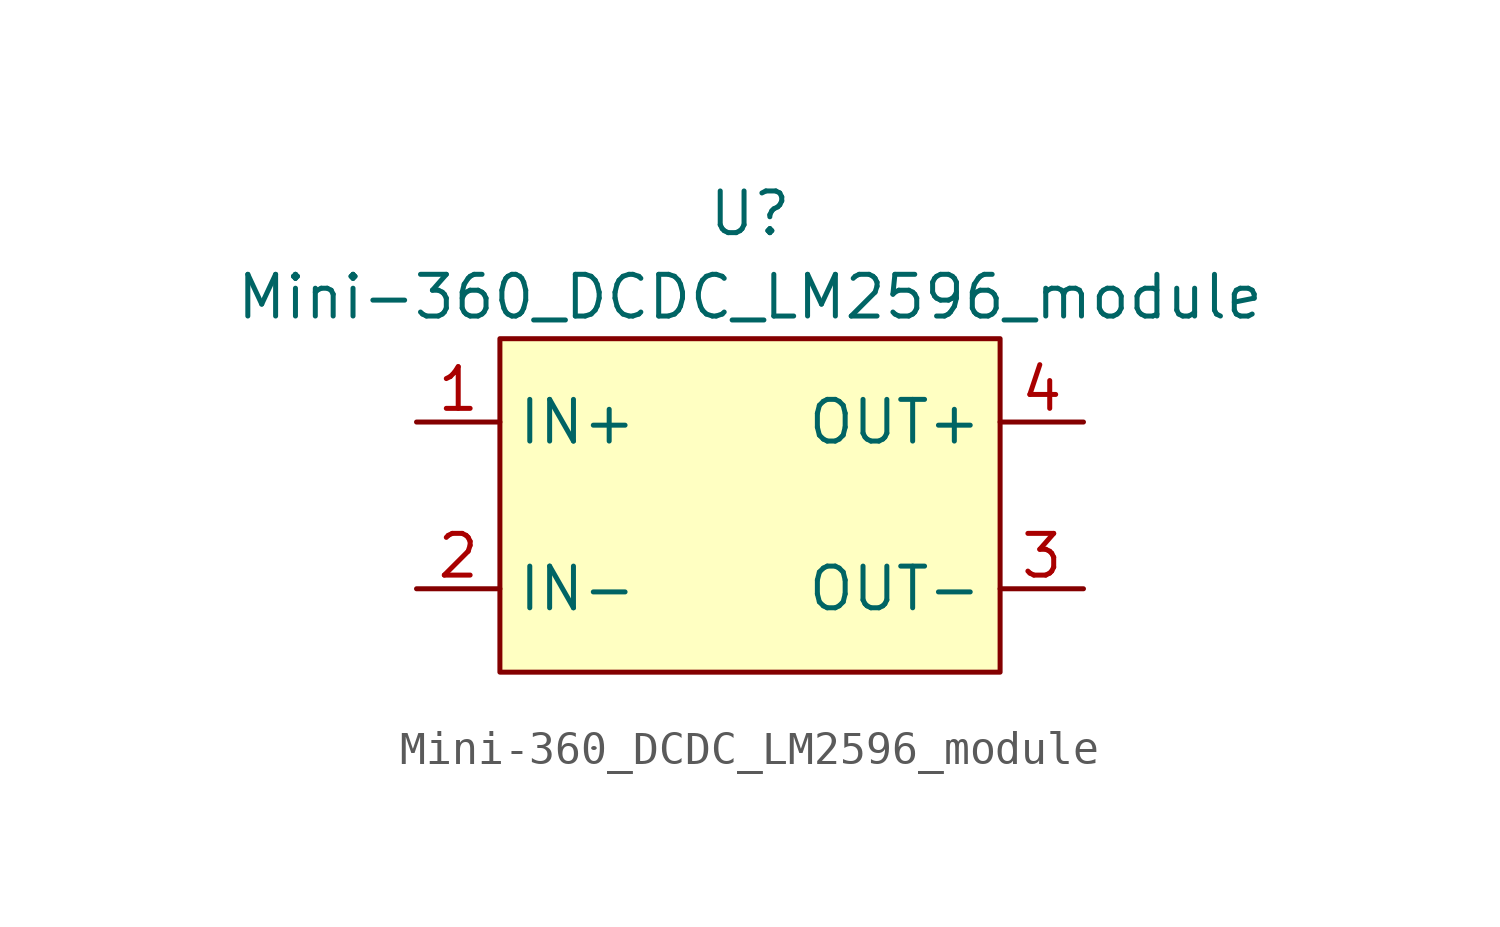
<source format=kicad_sym>
(kicad_symbol_lib
  (version 20211014)
  (generator kicad_symbol_editor)
  (symbol "Mini-360_DCDC_LM2596_module"
    (property "Reference" "U"
      (at 0 0 0)
      (effects (font (size 1.27 1.27))))
    (property "Value" "Mini-360_DCDC_LM2596_module"
      (at 0 -2.54 0)
      (effects (font (size 1.27 1.27))))
    (symbol "Mini-360_DCDC_LM2596_module_0_1"
      (rectangle (start -7.62 -3.81) (end 7.62 -13.97) (stroke (width 0) (type default) (color 0 0 0 0)) (fill (type background))))
    (symbol "Mini-360_DCDC_LM2596_module_1_1"
      (pin input line (at -10.16 -6.35 0) (length 2.54) (name "IN+" (effects (font (size 1.27 1.27)))) (number "1" (effects (font (size 1.27 1.27)))))
      (pin input line (at -10.16 -11.43 0) (length 2.54) (name "IN-" (effects (font (size 1.27 1.27)))) (number "2" (effects (font (size 1.27 1.27)))))
      (pin output line (at 10.16 -11.43 180) (length 2.54) (name "OUT-" (effects (font (size 1.27 1.27)))) (number "3" (effects (font (size 1.27 1.27)))))
      (pin output line (at 10.16 -6.35 180) (length 2.54) (name "OUT+" (effects (font (size 1.27 1.27)))) (number "4" (effects (font (size 1.27 1.27))))))))
</source>
